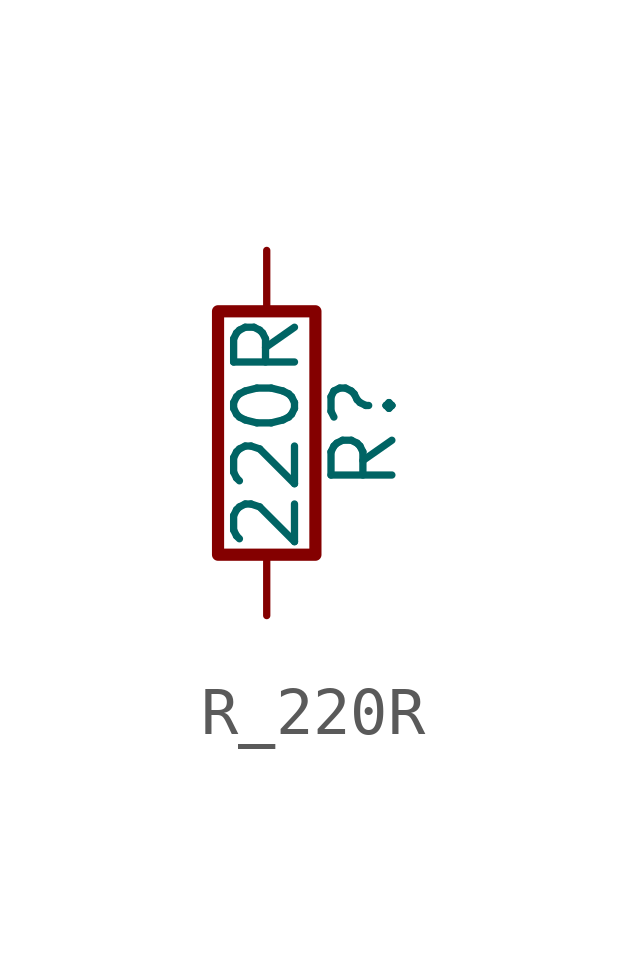
<source format=kicad_sym>
(kicad_symbol_lib
  (version 20241209)
  (generator "kicad_symbol_editor")
  (generator_version "9.0")
  (symbol "R_220R"
    (pin_numbers
      (hide yes))
    (pin_names
      (offset 0))
    (property "Reference" "R"
      (at 2.032 0 90)
      (effects (font (size 1.27 1.27))))
    (property "Value" "220R"
      (at 0 0 90)
      (effects (font (size 1.27 1.27))))
    (symbol "R_220R_0_1"
      (rectangle (start -1.016 -2.54) (end 1.016 2.54) (stroke (width 0.254) (type default)) (fill (type none))))
    (symbol "R_220R_1_1"
      (pin passive line (at 0 3.81 270) (length 1.27) (name "~" (effects (font (size 1.27 1.27)))) (number "1" (effects (font (size 1.27 1.27)))))
      (pin passive line (at 0 -3.81 90) (length 1.27) (name "~" (effects (font (size 1.27 1.27)))) (number "2" (effects (font (size 1.27 1.27))))))))
</source>
